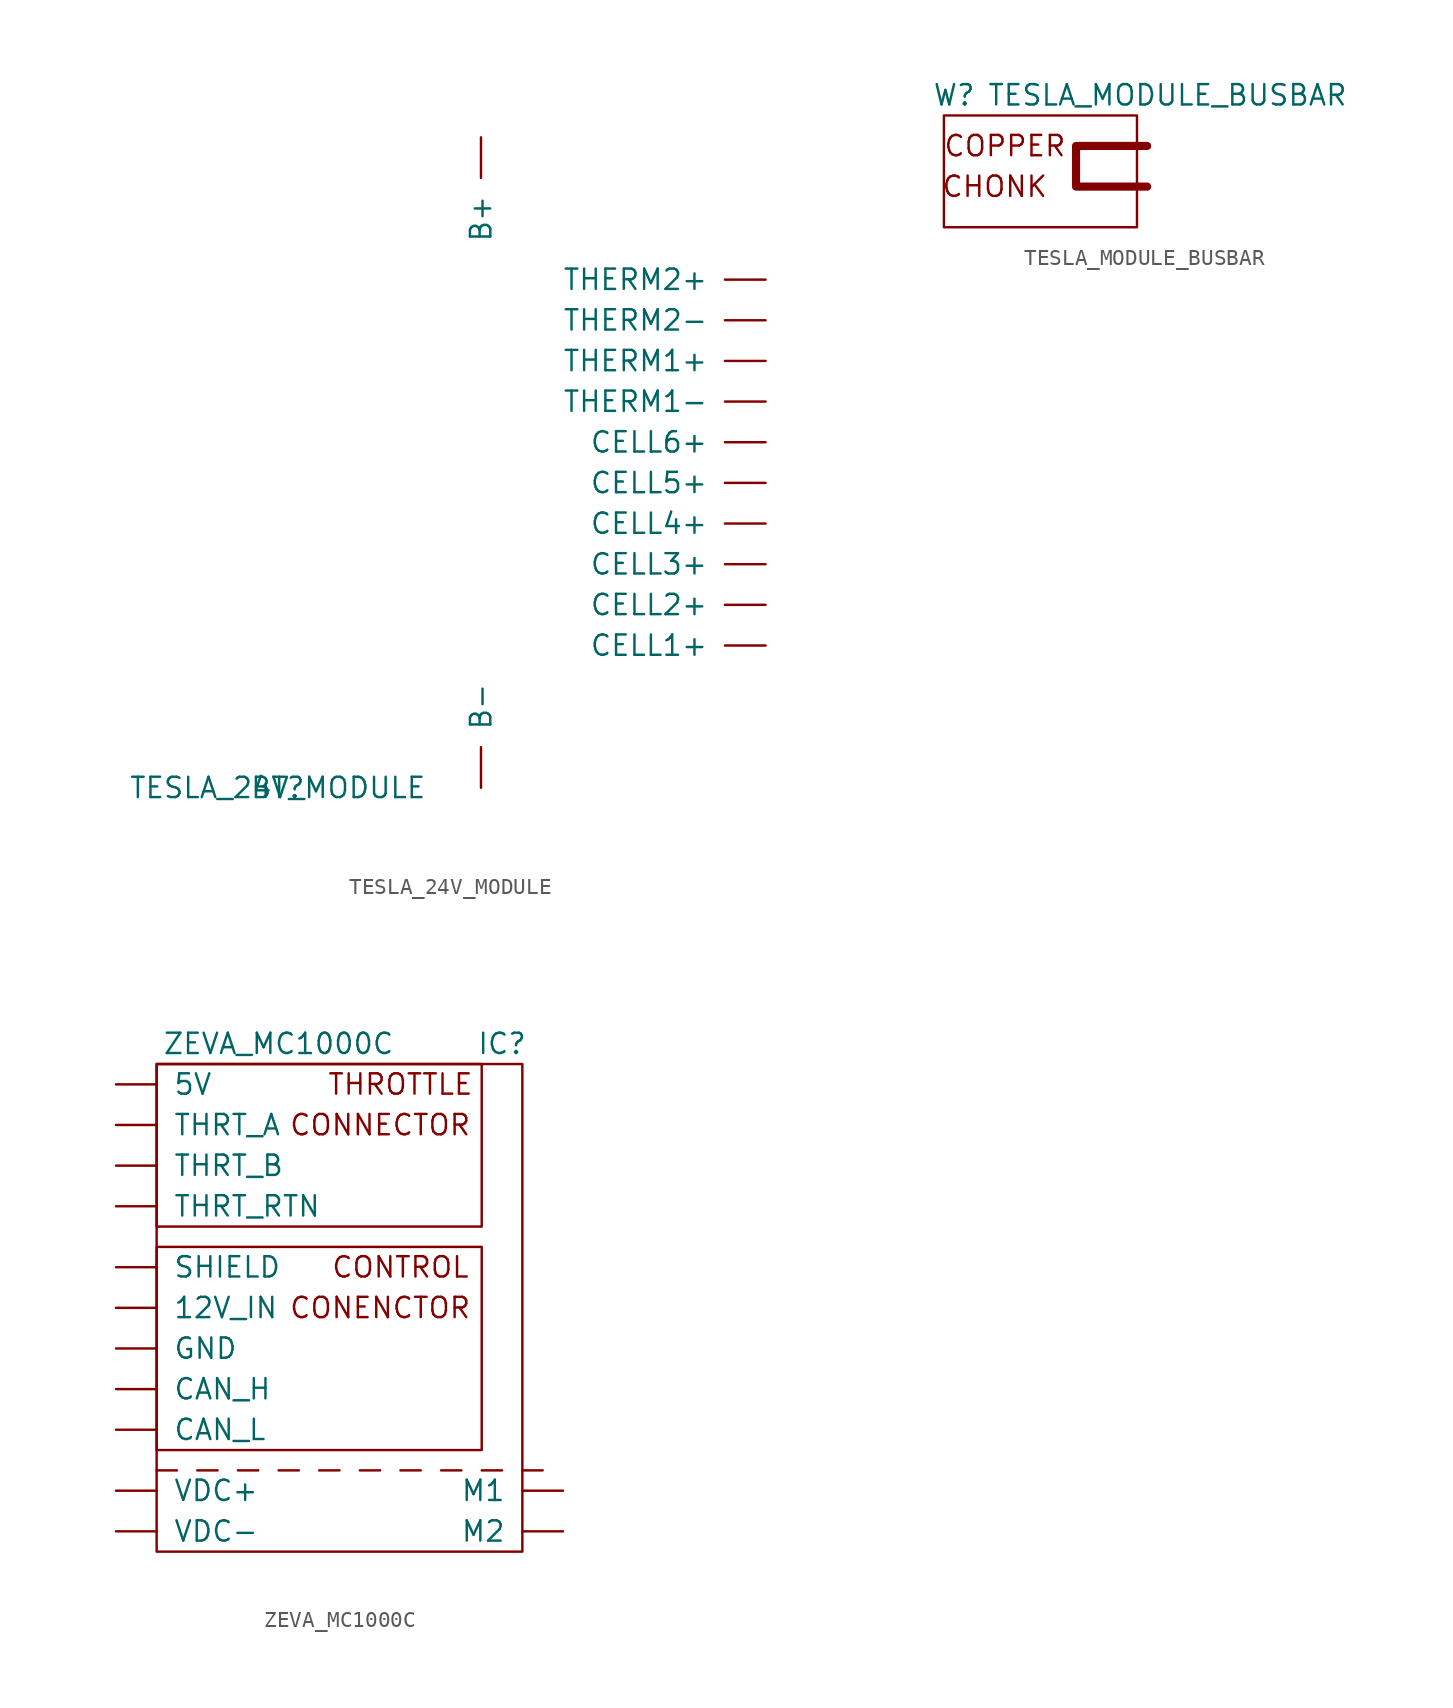
<source format=kicad_sym>
(kicad_symbol_lib
  (version 20211014)
  (generator kicad_symbol_editor)
  (symbol "TESLA_24V_MODULE"
    (pin_names
      (offset 1.016))
    (property "Reference" "BT"
      (at 0 0 0)
      (effects (font (size 1.27 1.27))))
    (property "Value" "TESLA_24V_MODULE"
      (at 0 0 0)
      (effects (font (size 1.27 1.27))))
    (symbol "TESLA_24V_MODULE_1_1"
      (pin power_out line (at 12.7 40.64 270) (length 2.54) (name "B+" (effects (font (size 1.27 1.27)))) (number "~" (effects (font (size 1.27 1.27)))))
      (pin input line (at 12.7 0 90) (length 2.54) (name "B-" (effects (font (size 1.27 1.27)))) (number "~" (effects (font (size 1.27 1.27)))))
      (pin output line (at 30.48 8.89 180) (length 2.54) (name "CELL1+" (effects (font (size 1.27 1.27)))) (number "~" (effects (font (size 1.27 1.27)))))
      (pin output line (at 30.48 11.43 180) (length 2.54) (name "CELL2+" (effects (font (size 1.27 1.27)))) (number "~" (effects (font (size 1.27 1.27)))))
      (pin output line (at 30.48 13.97 180) (length 2.54) (name "CELL3+" (effects (font (size 1.27 1.27)))) (number "~" (effects (font (size 1.27 1.27)))))
      (pin output line (at 30.48 16.51 180) (length 2.54) (name "CELL4+" (effects (font (size 1.27 1.27)))) (number "~" (effects (font (size 1.27 1.27)))))
      (pin output line (at 30.48 19.05 180) (length 2.54) (name "CELL5+" (effects (font (size 1.27 1.27)))) (number "~" (effects (font (size 1.27 1.27)))))
      (pin output line (at 30.48 21.59 180) (length 2.54) (name "CELL6+" (effects (font (size 1.27 1.27)))) (number "~" (effects (font (size 1.27 1.27)))))
      (pin output line (at 30.48 26.67 180) (length 2.54) (name "THERM1+" (effects (font (size 1.27 1.27)))) (number "~" (effects (font (size 1.27 1.27)))))
      (pin output line (at 30.48 24.13 180) (length 2.54) (name "THERM1-" (effects (font (size 1.27 1.27)))) (number "~" (effects (font (size 1.27 1.27)))))
      (pin output line (at 30.48 31.75 180) (length 2.54) (name "THERM2+" (effects (font (size 1.27 1.27)))) (number "~" (effects (font (size 1.27 1.27)))))
      (pin output line (at 30.48 29.21 180) (length 2.54) (name "THERM2-" (effects (font (size 1.27 1.27)))) (number "~" (effects (font (size 1.27 1.27)))))))
  (symbol "TESLA_MODULE_BUSBAR"
    (pin_names
      (offset 1.016) hide)
    (property "Reference" "W"
      (at 0.635 8.255 0)
      (effects (font (size 1.27 1.27))))
    (property "Value" "TESLA_MODULE_BUSBAR"
      (at 13.97 8.255 0)
      (effects (font (size 1.27 1.27))))
    (symbol "TESLA_MODULE_BUSBAR_0_0"
      (polyline (pts (xy 12.7 2.54) (xy 8.255 2.54) (xy 8.255 5.08) (xy 12.7 5.08)) (stroke (width 0.508) (type default) (color 0 0 0 0)) (fill (type none)))
      (rectangle (start 0 6.985) (end 12.065 0) (stroke (width 0) (type default) (color 0 0 0 0)) (fill (type none)))
      (text "CHONK" (at 3.175 2.54 0) (effects (font (size 1.27 1.27))))
      (text "COPPER" (at 3.81 5.08 0) (effects (font (size 1.27 1.27)))))
    (symbol "TESLA_MODULE_BUSBAR_1_1"
      (pin passive line (at 12.7 2.54 180) (length 2.54) (name "BUS_1" (effects (font (size 1.27 1.27)))) (number "~" (effects (font (size 1.27 1.27)))))
      (pin passive line (at 12.7 5.08 180) (length 2.54) (name "BUS_2" (effects (font (size 1.27 1.27)))) (number "~" (effects (font (size 1.27 1.27)))))))
  (symbol "ZEVA_MC1000C"
    (pin_names
      (offset 1.016))
    (property "Reference" "IC"
      (at 24.13 31.75 0)
      (effects (font (size 1.27 1.27))))
    (property "Value" "ZEVA_MC1000C"
      (at 10.16 31.75 0)
      (effects (font (size 1.27 1.27))))
    (symbol "ZEVA_MC1000C_0_0"
      (text "CONENCTOR" (at 16.51 15.24 0) (effects (font (size 1.27 1.27))))
      (text "CONNECTOR" (at 16.51 26.67 0) (effects (font (size 1.27 1.27))))
      (text "CONTROL" (at 17.78 17.78 0) (effects (font (size 1.27 1.27))))
      (text "THROTTLE" (at 17.78 29.21 0) (effects (font (size 1.27 1.27)))))
    (symbol "ZEVA_MC1000C_0_1"
      (polyline (pts (xy 2.54 5.08) (xy 3.81 5.08)) (stroke (width 0) (type default) (color 0 0 0 0)) (fill (type none)))
      (rectangle (start 2.54 19.05) (end 22.86 6.35) (stroke (width 0) (type default) (color 0 0 0 0)) (fill (type none)))
      (rectangle (start 2.54 30.48) (end 22.86 20.32) (stroke (width 0) (type default) (color 0 0 0 0)) (fill (type none)))
      (rectangle (start 2.54 30.48) (end 25.4 0) (stroke (width 0) (type default) (color 0 0 0 0)) (fill (type none))))
    (symbol "ZEVA_MC1000C_1_1"
      (polyline (pts (xy 5.08 5.08) (xy 6.35 5.08)) (stroke (width 0) (type default) (color 0 0 0 0)) (fill (type none)))
      (polyline (pts (xy 7.62 5.08) (xy 8.89 5.08)) (stroke (width 0) (type default) (color 0 0 0 0)) (fill (type none)))
      (polyline (pts (xy 10.16 5.08) (xy 11.43 5.08)) (stroke (width 0) (type default) (color 0 0 0 0)) (fill (type none)))
      (polyline (pts (xy 12.7 5.08) (xy 13.97 5.08)) (stroke (width 0) (type default) (color 0 0 0 0)) (fill (type none)))
      (polyline (pts (xy 15.24 5.08) (xy 16.51 5.08)) (stroke (width 0) (type default) (color 0 0 0 0)) (fill (type none)))
      (polyline (pts (xy 17.78 5.08) (xy 19.05 5.08)) (stroke (width 0) (type default) (color 0 0 0 0)) (fill (type none)))
      (polyline (pts (xy 20.32 5.08) (xy 21.59 5.08)) (stroke (width 0) (type default) (color 0 0 0 0)) (fill (type none)))
      (polyline (pts (xy 22.86 5.08) (xy 24.13 5.08)) (stroke (width 0) (type default) (color 0 0 0 0)) (fill (type none)))
      (polyline (pts (xy 25.4 5.08) (xy 26.67 5.08)) (stroke (width 0) (type default) (color 0 0 0 0)) (fill (type none)))
      (pin power_in line (at 0 15.24 0) (length 2.54) (name "12V_IN" (effects (font (size 1.27 1.27)))) (number "~" (effects (font (size 1.27 1.27)))))
      (pin power_out line (at 0 29.21 0) (length 2.54) (name "5V" (effects (font (size 1.27 1.27)))) (number "~" (effects (font (size 1.27 1.27)))))
      (pin bidirectional line (at 0 10.16 0) (length 2.54) (name "CAN_H" (effects (font (size 1.27 1.27)))) (number "~" (effects (font (size 1.27 1.27)))))
      (pin bidirectional line (at 0 7.62 0) (length 2.54) (name "CAN_L" (effects (font (size 1.27 1.27)))) (number "~" (effects (font (size 1.27 1.27)))))
      (pin power_in line (at 0 12.7 0) (length 2.54) (name "GND" (effects (font (size 1.27 1.27)))) (number "~" (effects (font (size 1.27 1.27)))))
      (pin power_out line (at 27.94 3.81 180) (length 2.54) (name "M1" (effects (font (size 1.27 1.27)))) (number "~" (effects (font (size 1.27 1.27)))))
      (pin power_out line (at 27.94 1.27 180) (length 2.54) (name "M2" (effects (font (size 1.27 1.27)))) (number "~" (effects (font (size 1.27 1.27)))))
      (pin unspecified line (at 0 17.78 0) (length 2.54) (name "SHIELD" (effects (font (size 1.27 1.27)))) (number "~" (effects (font (size 1.27 1.27)))))
      (pin input line (at 0 26.67 0) (length 2.54) (name "THRT_A" (effects (font (size 1.27 1.27)))) (number "~" (effects (font (size 1.27 1.27)))))
      (pin input line (at 0 24.13 0) (length 2.54) (name "THRT_B" (effects (font (size 1.27 1.27)))) (number "~" (effects (font (size 1.27 1.27)))))
      (pin power_out line (at 0 21.59 0) (length 2.54) (name "THRT_RTN" (effects (font (size 1.27 1.27)))) (number "~" (effects (font (size 1.27 1.27)))))
      (pin power_in line (at 0 3.81 0) (length 2.54) (name "VDC+" (effects (font (size 1.27 1.27)))) (number "~" (effects (font (size 1.27 1.27)))))
      (pin power_in line (at 0 1.27 0) (length 2.54) (name "VDC-" (effects (font (size 1.27 1.27)))) (number "~" (effects (font (size 1.27 1.27))))))))
</source>
